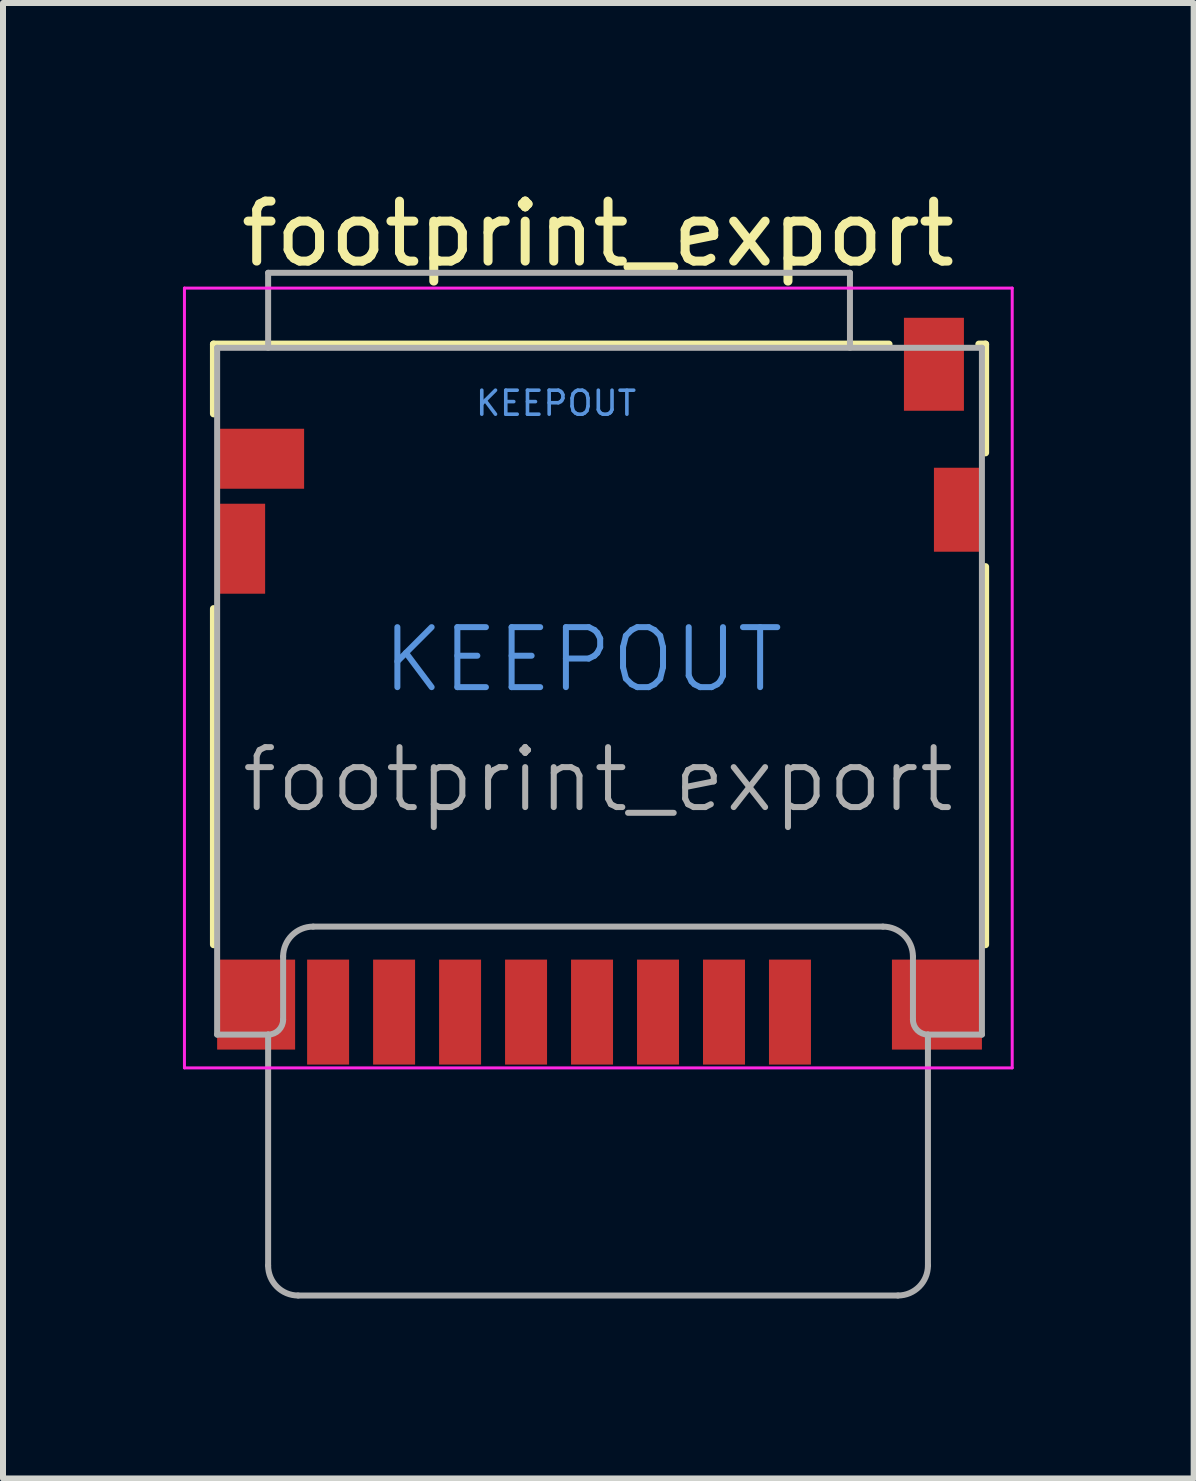
<source format=kicad_pcb>
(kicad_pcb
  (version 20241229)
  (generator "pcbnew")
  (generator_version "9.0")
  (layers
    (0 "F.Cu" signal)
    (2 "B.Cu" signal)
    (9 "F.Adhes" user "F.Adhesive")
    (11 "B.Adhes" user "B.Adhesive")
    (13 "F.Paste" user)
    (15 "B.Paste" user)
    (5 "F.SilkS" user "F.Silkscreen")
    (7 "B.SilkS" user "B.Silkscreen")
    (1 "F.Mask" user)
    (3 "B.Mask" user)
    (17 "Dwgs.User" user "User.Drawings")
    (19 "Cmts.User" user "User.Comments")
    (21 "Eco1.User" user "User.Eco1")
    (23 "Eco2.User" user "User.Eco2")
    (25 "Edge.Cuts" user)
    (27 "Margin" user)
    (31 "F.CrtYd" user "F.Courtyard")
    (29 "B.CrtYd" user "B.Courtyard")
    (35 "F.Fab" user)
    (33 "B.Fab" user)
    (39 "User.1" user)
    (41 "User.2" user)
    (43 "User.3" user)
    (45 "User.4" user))
  (footprint "footprint_export"
    (layer "F.Cu")
    (at 6.945 8.473)
    (property "Reference" "footprint_export" (at -0.025 -7.625 0) (layer "F.SilkS") (effects (font (size 1 1) (thickness 0.15))))
    (attr smd)
    (fp_line (start -6.435 -5.785) (end 4.825 -5.785) (stroke (width 0.12) (type solid)) (layer "F.SilkS"))
    (fp_line (start -6.435 -4.625) (end -6.435 -5.785) (stroke (width 0.12) (type solid)) (layer "F.SilkS"))
    (fp_line (start -6.435 -1.375) (end -6.435 4.225) (stroke (width 0.12) (type solid)) (layer "F.SilkS"))
    (fp_line (start 6.325 -5.785) (end 6.435 -5.785) (stroke (width 0.12) (type solid)) (layer "F.SilkS"))
    (fp_line (start 6.435 -5.785) (end 6.435 -3.975) (stroke (width 0.12) (type solid)) (layer "F.SilkS"))
    (fp_line (start 6.435 -2.075) (end 6.435 4.225) (stroke (width 0.12) (type solid)) (layer "F.SilkS"))
    (fp_line (start -6.92 -6.72) (end 6.88 -6.72) (stroke (width 0.05) (type solid)) (layer "F.CrtYd"))
    (fp_line (start -6.92 6.28) (end -6.92 -6.72) (stroke (width 0.05) (type solid)) (layer "F.CrtYd"))
    (fp_line (start 6.88 -6.72) (end 6.88 6.28) (stroke (width 0.05) (type solid)) (layer "F.CrtYd"))
    (fp_line (start 6.88 6.28) (end -6.92 6.28) (stroke (width 0.05) (type solid)) (layer "F.CrtYd"))
    (fp_line (start -6.375 -5.725) (end 6.375 -5.725) (stroke (width 0.1) (type solid)) (layer "F.Fab"))
    (fp_line (start -6.375 5.725) (end -6.375 -5.725) (stroke (width 0.1) (type solid)) (layer "F.Fab"))
    (fp_line (start -6.375 5.725) (end -5.525 5.725) (stroke (width 0.1) (type solid)) (layer "F.Fab"))
    (fp_line (start -5.525 -6.975) (end 4.175 -6.975) (stroke (width 0.1) (type solid)) (layer "F.Fab"))
    (fp_line (start -5.525 -5.725) (end -5.525 -6.975) (stroke (width 0.1) (type solid)) (layer "F.Fab"))
    (fp_line (start -5.525 5.725) (end -5.525 9.575) (stroke (width 0.1) (type solid)) (layer "F.Fab"))
    (fp_line (start -5.275 5.475) (end -5.275 4.425) (stroke (width 0.1) (type solid)) (layer "F.Fab"))
    (fp_line (start -5.025 10.075) (end 4.975 10.075) (stroke (width 0.1) (type solid)) (layer "F.Fab"))
    (fp_line (start -4.775 3.925) (end 4.725 3.925) (stroke (width 0.1) (type solid)) (layer "F.Fab"))
    (fp_line (start 4.175 -5.725) (end 4.175 -6.975) (stroke (width 0.1) (type solid)) (layer "F.Fab"))
    (fp_line (start 5.225 5.475) (end 5.225 4.425) (stroke (width 0.1) (type solid)) (layer "F.Fab"))
    (fp_line (start 5.475 5.725) (end 6.375 5.725) (stroke (width 0.1) (type solid)) (layer "F.Fab"))
    (fp_line (start 5.475 9.575) (end 5.475 5.725) (stroke (width 0.1) (type solid)) (layer "F.Fab"))
    (fp_line (start 6.375 5.725) (end 6.375 -5.725) (stroke (width 0.1) (type solid)) (layer "F.Fab"))
    (fp_arc (start -5.275 4.425) (mid -5.128553 4.071447) (end -4.775 3.925) (stroke (width 0.1) (type solid)) (layer "F.Fab"))
    (fp_arc (start -5.275 5.475) (mid -5.348223 5.651777) (end -5.525 5.725) (stroke (width 0.1) (type solid)) (layer "F.Fab"))
    (fp_arc (start -5.025 10.075) (mid -5.378553 9.928553) (end -5.525 9.575) (stroke (width 0.1) (type solid)) (layer "F.Fab"))
    (fp_arc (start 4.725 3.925) (mid 5.078553 4.071447) (end 5.225 4.425) (stroke (width 0.1) (type solid)) (layer "F.Fab"))
    (fp_arc (start 5.475 5.725) (mid 5.298223 5.651777) (end 5.225 5.475) (stroke (width 0.1) (type solid)) (layer "F.Fab"))
    (fp_arc (start 5.475 9.575) (mid 5.328553 9.928553) (end 4.975 10.075) (stroke (width 0.1) (type solid)) (layer "F.Fab"))
    (fp_text user "KEEPOUT" (at -0.275 -0.525 0) (layer "Cmts.User") (effects (font (size 1 1) (thickness 0.1))))
    (fp_text user "KEEPOUT" (at -0.725 -4.8 0) (layer "Cmts.User") (effects (font (size 0.4 0.4) (thickness 0.06))))
    (fp_text user "${REFERENCE}" (at -0.025 1.475 0) (layer "F.Fab") (effects (font (size 1 1) (thickness 0.1))))
    (pad "1" smd rect (at 3.175 5.35) (size 0.7 1.75) (layers "F.Cu" "F.Mask" "F.Paste"))
    (pad "2" smd rect (at 2.075 5.35) (size 0.7 1.75) (layers "F.Cu" "F.Mask" "F.Paste"))
    (pad "3" smd rect (at 0.975 5.35) (size 0.7 1.75) (layers "F.Cu" "F.Mask" "F.Paste"))
    (pad "4" smd rect (at -0.125 5.35) (size 0.7 1.75) (layers "F.Cu" "F.Mask" "F.Paste"))
    (pad "5" smd rect (at -1.225 5.35) (size 0.7 1.75) (layers "F.Cu" "F.Mask" "F.Paste"))
    (pad "6" smd rect (at -2.325 5.35) (size 0.7 1.75) (layers "F.Cu" "F.Mask" "F.Paste"))
    (pad "7" smd rect (at -3.425 5.35) (size 0.7 1.75) (layers "F.Cu" "F.Mask" "F.Paste"))
    (pad "8" smd rect (at -4.525 5.35) (size 0.7 1.75) (layers "F.Cu" "F.Mask" "F.Paste"))
    (pad "9" smd rect (at -5.65 -3.875) (size 1.45 1) (layers "F.Cu" "F.Mask" "F.Paste"))
    (pad "10" smd rect (at 5.575 -5.45) (size 1 1.55) (layers "F.Cu" "F.Mask" "F.Paste"))
    (pad "11" smd rect (at -5.975 -2.375) (size 0.8 1.5) (layers "F.Cu" "F.Mask" "F.Paste"))
    (pad "11" smd rect (at -5.725 5.225) (size 1.3 1.5) (layers "F.Cu" "F.Mask" "F.Paste"))
    (pad "11" smd rect (at 5.625 5.225) (size 1.5 1.5) (layers "F.Cu" "F.Mask" "F.Paste"))
    (pad "11" smd rect (at 5.975 -3.025) (size 0.8 1.4) (layers "F.Cu" "F.Mask" "F.Paste"))
    (zone (net_name "") (layer "F.Cu") (hatch full 0.508) (connect_pads) (min_thickness 0.254) (filled_areas_thickness no) (keepout (tracks not_allowed) (vias not_allowed) (pads not_allowed) (copperpour not_allowed) (footprints not_allowed)) (placement (enabled no)) (fill) (polygon (pts (xy 2.02 6.948) (xy 10.52 6.948) (xy 10.52 8.948) (xy 2.02 8.948))))
    (zone (net_name "") (layer "F.Cu") (hatch full 0.508) (connect_pads) (min_thickness 0.254) (filled_areas_thickness no) (keepout (tracks not_allowed) (vias not_allowed) (pads not_allowed) (copperpour not_allowed) (footprints not_allowed)) (placement (enabled no)) (fill) (polygon (pts (xy 4.97 4.598) (xy 7.47 4.598) (xy 7.47 2.748) (xy 4.97 2.748)))))
  (gr_rect
    (start -3 -3)
    (end 16.85 21.598)
    (stroke (width 0.1) (type default))
    (fill no)
    (layer "Edge.Cuts")))
</source>
